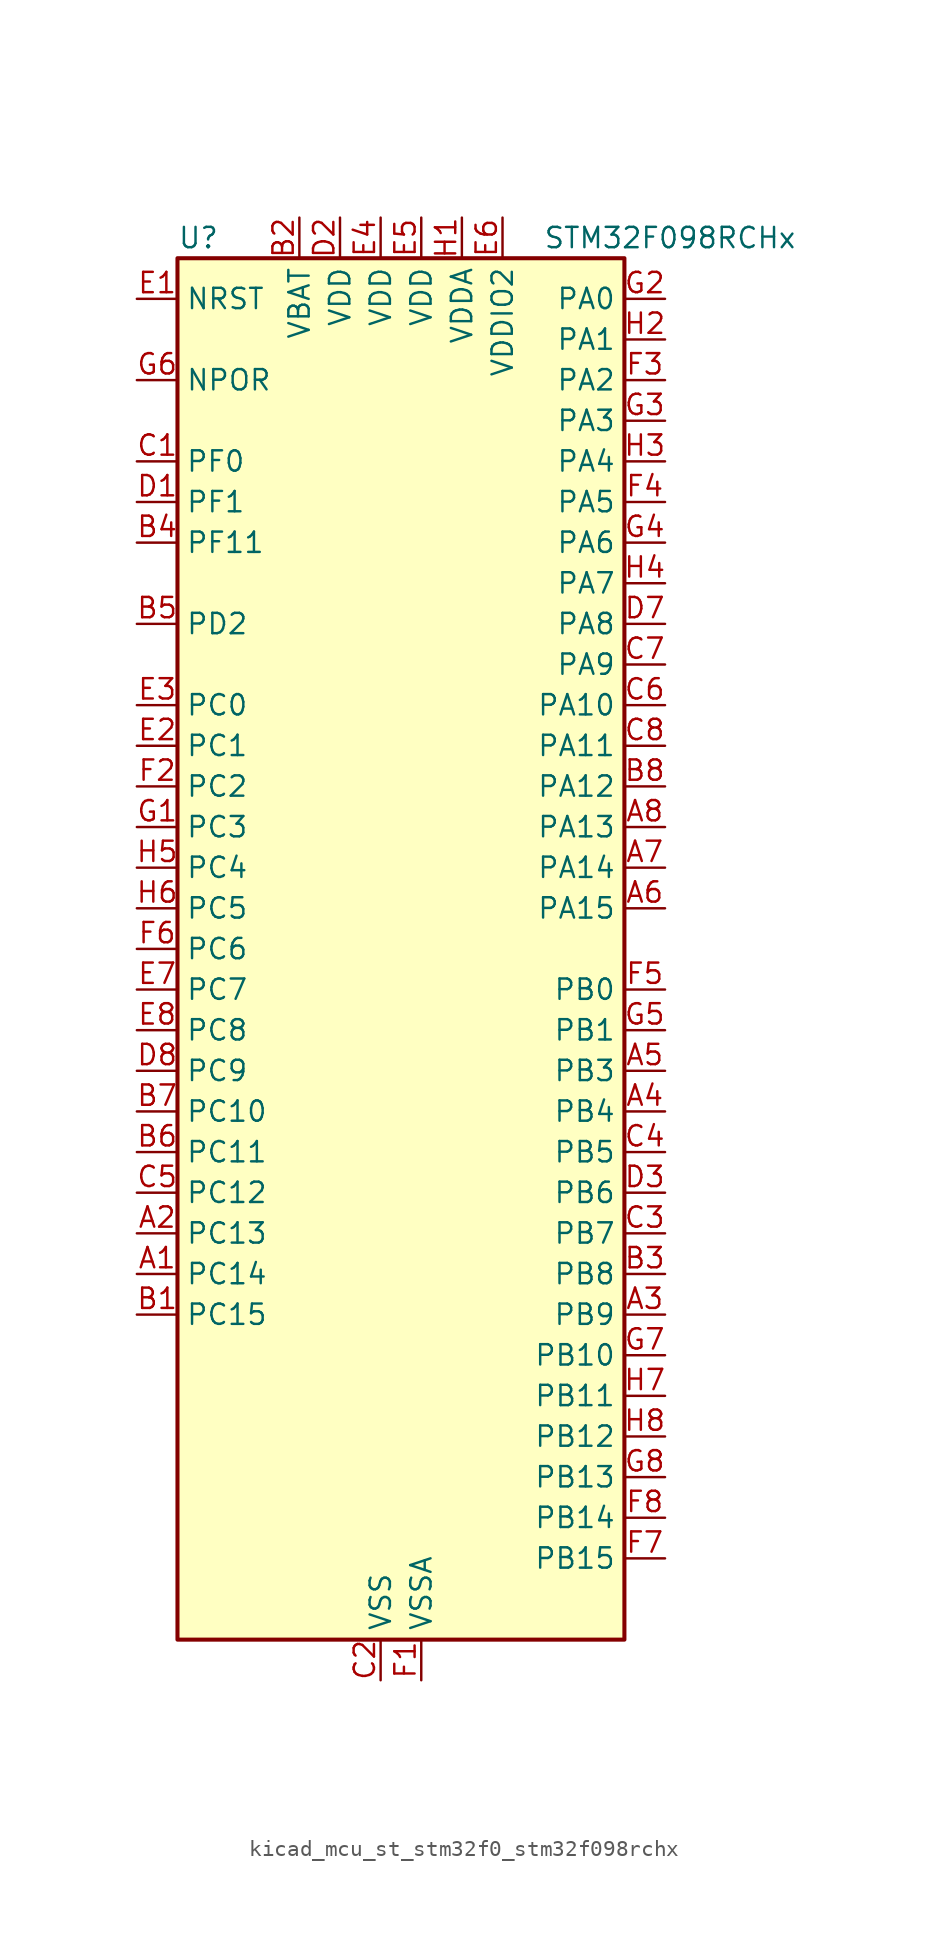
<source format=kicad_sym>
(kicad_symbol_lib
  (version 20220914)
  (generator kicad_symbol_editor)
  (symbol "kicad_mcu_st_stm32f0_stm32f098rchx"
    (property "Reference" "U"
      (at -12.7 44.45 0)
      (effects (font (size 1.27 1.27)) (justify left)))
    (property "Value" "STM32F098RCHx"
      (at 10.16 44.45 0)
      (effects (font (size 1.27 1.27)) (justify left)))
    (property "ki_locked" ""
      (at 0 0 0)
      (effects (font (size 1.27 1.27))))
    (symbol "kicad_mcu_st_stm32f0_stm32f098rchx_0_1"
      (rectangle (start -12.7 -43.18) (end 15.24 43.18) (stroke (width 0.254) (type default)) (fill (type background))))
    (symbol "kicad_mcu_st_stm32f0_stm32f098rchx_1_1"
      (pin bidirectional line (at -15.24 -20.32 0) (length 2.54) (name "PC14" (effects (font (size 1.27 1.27)))) (number "A1" (effects (font (size 1.27 1.27)))) (alternate "RCC_OSC32_IN" bidirectional line))
      (pin bidirectional line (at -15.24 -17.78 0) (length 2.54) (name "PC13" (effects (font (size 1.27 1.27)))) (number "A2" (effects (font (size 1.27 1.27)))) (alternate "RTC_OUT_ALARM" bidirectional line) (alternate "RTC_OUT_CALIB" bidirectional line) (alternate "RTC_TAMP1" bidirectional line) (alternate "RTC_TS" bidirectional line) (alternate "SYS_WKUP2" bidirectional line))
      (pin bidirectional line (at 17.78 -22.86 180) (length 2.54) (name "PB9" (effects (font (size 1.27 1.27)))) (number "A3" (effects (font (size 1.27 1.27)))) (alternate "CAN_TX" bidirectional line) (alternate "DAC_EXTI9" bidirectional line) (alternate "I2C1_SDA" bidirectional line) (alternate "I2S2_WS" bidirectional line) (alternate "IR_OUT" bidirectional line) (alternate "SPI2_NSS" bidirectional line) (alternate "TIM17_CH1" bidirectional line))
      (pin bidirectional line (at 17.78 -10.16 180) (length 2.54) (name "PB4" (effects (font (size 1.27 1.27)))) (number "A4" (effects (font (size 1.27 1.27)))) (alternate "I2S1_MCK" bidirectional line) (alternate "SPI1_MISO" bidirectional line) (alternate "TIM17_BKIN" bidirectional line) (alternate "TIM3_CH1" bidirectional line) (alternate "TSC_G5_IO2" bidirectional line) (alternate "USART5_RX" bidirectional line))
      (pin bidirectional line (at 17.78 -7.62 180) (length 2.54) (name "PB3" (effects (font (size 1.27 1.27)))) (number "A5" (effects (font (size 1.27 1.27)))) (alternate "I2S1_CK" bidirectional line) (alternate "SPI1_SCK" bidirectional line) (alternate "TIM2_CH2" bidirectional line) (alternate "TSC_G5_IO1" bidirectional line) (alternate "USART5_TX" bidirectional line))
      (pin bidirectional line (at 17.78 2.54 180) (length 2.54) (name "PA15" (effects (font (size 1.27 1.27)))) (number "A6" (effects (font (size 1.27 1.27)))) (alternate "I2S1_WS" bidirectional line) (alternate "SPI1_NSS" bidirectional line) (alternate "TIM2_CH1" bidirectional line) (alternate "TIM2_ETR" bidirectional line) (alternate "USART2_RX" bidirectional line) (alternate "USART4_DE" bidirectional line) (alternate "USART4_RTS" bidirectional line))
      (pin bidirectional line (at 17.78 5.08 180) (length 2.54) (name "PA14" (effects (font (size 1.27 1.27)))) (number "A7" (effects (font (size 1.27 1.27)))) (alternate "SYS_SWCLK" bidirectional line) (alternate "USART2_TX" bidirectional line))
      (pin bidirectional line (at 17.78 7.62 180) (length 2.54) (name "PA13" (effects (font (size 1.27 1.27)))) (number "A8" (effects (font (size 1.27 1.27)))) (alternate "IR_OUT" bidirectional line) (alternate "SYS_SWDIO" bidirectional line))
      (pin bidirectional line (at -15.24 -22.86 0) (length 2.54) (name "PC15" (effects (font (size 1.27 1.27)))) (number "B1" (effects (font (size 1.27 1.27)))) (alternate "RCC_OSC32_OUT" bidirectional line))
      (pin power_in line (at -5.08 45.72 270) (length 2.54) (name "VBAT" (effects (font (size 1.27 1.27)))) (number "B2" (effects (font (size 1.27 1.27)))))
      (pin bidirectional line (at 17.78 -20.32 180) (length 2.54) (name "PB8" (effects (font (size 1.27 1.27)))) (number "B3" (effects (font (size 1.27 1.27)))) (alternate "CAN_RX" bidirectional line) (alternate "CEC" bidirectional line) (alternate "I2C1_SCL" bidirectional line) (alternate "TIM16_CH1" bidirectional line) (alternate "TSC_SYNC" bidirectional line))
      (pin bidirectional line (at -15.24 25.4 0) (length 2.54) (name "PF11" (effects (font (size 1.27 1.27)))) (number "B4" (effects (font (size 1.27 1.27)))))
      (pin bidirectional line (at -15.24 20.32 0) (length 2.54) (name "PD2" (effects (font (size 1.27 1.27)))) (number "B5" (effects (font (size 1.27 1.27)))) (alternate "TIM3_ETR" bidirectional line) (alternate "USART3_DE" bidirectional line) (alternate "USART3_RTS" bidirectional line) (alternate "USART5_RX" bidirectional line))
      (pin bidirectional line (at -15.24 -12.7 0) (length 2.54) (name "PC11" (effects (font (size 1.27 1.27)))) (number "B6" (effects (font (size 1.27 1.27)))) (alternate "USART3_RX" bidirectional line) (alternate "USART4_RX" bidirectional line))
      (pin bidirectional line (at -15.24 -10.16 0) (length 2.54) (name "PC10" (effects (font (size 1.27 1.27)))) (number "B7" (effects (font (size 1.27 1.27)))) (alternate "USART3_TX" bidirectional line) (alternate "USART4_TX" bidirectional line))
      (pin bidirectional line (at 17.78 10.16 180) (length 2.54) (name "PA12" (effects (font (size 1.27 1.27)))) (number "B8" (effects (font (size 1.27 1.27)))) (alternate "CAN_TX" bidirectional line) (alternate "COMP2_OUT" bidirectional line) (alternate "I2C2_SDA" bidirectional line) (alternate "TIM1_ETR" bidirectional line) (alternate "TSC_G4_IO4" bidirectional line) (alternate "USART1_DE" bidirectional line) (alternate "USART1_RTS" bidirectional line))
      (pin bidirectional line (at -15.24 30.48 0) (length 2.54) (name "PF0" (effects (font (size 1.27 1.27)))) (number "C1" (effects (font (size 1.27 1.27)))) (alternate "CRS_SYNC" bidirectional line) (alternate "I2C1_SDA" bidirectional line) (alternate "RCC_OSC_IN" bidirectional line))
      (pin power_in line (at 0 -45.72 90) (length 2.54) (name "VSS" (effects (font (size 1.27 1.27)))) (number "C2" (effects (font (size 1.27 1.27)))))
      (pin bidirectional line (at 17.78 -17.78 180) (length 2.54) (name "PB7" (effects (font (size 1.27 1.27)))) (number "C3" (effects (font (size 1.27 1.27)))) (alternate "I2C1_SDA" bidirectional line) (alternate "TIM17_CH1N" bidirectional line) (alternate "TSC_G5_IO4" bidirectional line) (alternate "USART1_RX" bidirectional line) (alternate "USART4_CTS" bidirectional line))
      (pin bidirectional line (at 17.78 -12.7 180) (length 2.54) (name "PB5" (effects (font (size 1.27 1.27)))) (number "C4" (effects (font (size 1.27 1.27)))) (alternate "I2C1_SMBA" bidirectional line) (alternate "I2S1_SD" bidirectional line) (alternate "SPI1_MOSI" bidirectional line) (alternate "SYS_WKUP6" bidirectional line) (alternate "TIM16_BKIN" bidirectional line) (alternate "TIM3_CH2" bidirectional line) (alternate "USART5_CK" bidirectional line) (alternate "USART5_DE" bidirectional line) (alternate "USART5_RTS" bidirectional line))
      (pin bidirectional line (at -15.24 -15.24 0) (length 2.54) (name "PC12" (effects (font (size 1.27 1.27)))) (number "C5" (effects (font (size 1.27 1.27)))) (alternate "USART3_CK" bidirectional line) (alternate "USART4_CK" bidirectional line) (alternate "USART5_TX" bidirectional line))
      (pin bidirectional line (at 17.78 15.24 180) (length 2.54) (name "PA10" (effects (font (size 1.27 1.27)))) (number "C6" (effects (font (size 1.27 1.27)))) (alternate "I2C1_SDA" bidirectional line) (alternate "TIM17_BKIN" bidirectional line) (alternate "TIM1_CH3" bidirectional line) (alternate "TSC_G4_IO2" bidirectional line) (alternate "USART1_RX" bidirectional line))
      (pin bidirectional line (at 17.78 17.78 180) (length 2.54) (name "PA9" (effects (font (size 1.27 1.27)))) (number "C7" (effects (font (size 1.27 1.27)))) (alternate "DAC_EXTI9" bidirectional line) (alternate "I2C1_SCL" bidirectional line) (alternate "RCC_MCO" bidirectional line) (alternate "TIM15_BKIN" bidirectional line) (alternate "TIM1_CH2" bidirectional line) (alternate "TSC_G4_IO1" bidirectional line) (alternate "USART1_TX" bidirectional line))
      (pin bidirectional line (at 17.78 12.7 180) (length 2.54) (name "PA11" (effects (font (size 1.27 1.27)))) (number "C8" (effects (font (size 1.27 1.27)))) (alternate "CAN_RX" bidirectional line) (alternate "COMP1_OUT" bidirectional line) (alternate "I2C2_SCL" bidirectional line) (alternate "TIM1_CH4" bidirectional line) (alternate "TSC_G4_IO3" bidirectional line) (alternate "USART1_CTS" bidirectional line))
      (pin bidirectional line (at -15.24 27.94 0) (length 2.54) (name "PF1" (effects (font (size 1.27 1.27)))) (number "D1" (effects (font (size 1.27 1.27)))) (alternate "I2C1_SCL" bidirectional line) (alternate "RCC_OSC_OUT" bidirectional line))
      (pin power_in line (at -2.54 45.72 270) (length 2.54) (name "VDD" (effects (font (size 1.27 1.27)))) (number "D2" (effects (font (size 1.27 1.27)))))
      (pin bidirectional line (at 17.78 -15.24 180) (length 2.54) (name "PB6" (effects (font (size 1.27 1.27)))) (number "D3" (effects (font (size 1.27 1.27)))) (alternate "I2C1_SCL" bidirectional line) (alternate "TIM16_CH1N" bidirectional line) (alternate "TSC_G5_IO3" bidirectional line) (alternate "USART1_TX" bidirectional line))
      (pin passive line (at 0 -45.72 90) (length 2.54) hide (name "VSS" (effects (font (size 1.27 1.27)))) (number "D4" (effects (font (size 1.27 1.27)))))
      (pin passive line (at 0 -45.72 90) (length 2.54) hide (name "VSS" (effects (font (size 1.27 1.27)))) (number "D5" (effects (font (size 1.27 1.27)))))
      (pin passive line (at 0 -45.72 90) (length 2.54) hide (name "VSS" (effects (font (size 1.27 1.27)))) (number "D6" (effects (font (size 1.27 1.27)))))
      (pin bidirectional line (at 17.78 20.32 180) (length 2.54) (name "PA8" (effects (font (size 1.27 1.27)))) (number "D7" (effects (font (size 1.27 1.27)))) (alternate "CRS_SYNC" bidirectional line) (alternate "RCC_MCO" bidirectional line) (alternate "TIM1_CH1" bidirectional line) (alternate "USART1_CK" bidirectional line))
      (pin bidirectional line (at -15.24 -7.62 0) (length 2.54) (name "PC9" (effects (font (size 1.27 1.27)))) (number "D8" (effects (font (size 1.27 1.27)))) (alternate "DAC_EXTI9" bidirectional line) (alternate "TIM3_CH4" bidirectional line) (alternate "USART8_RX" bidirectional line))
      (pin input line (at -15.24 40.64 0) (length 2.54) (name "NRST" (effects (font (size 1.27 1.27)))) (number "E1" (effects (font (size 1.27 1.27)))))
      (pin bidirectional line (at -15.24 12.7 0) (length 2.54) (name "PC1" (effects (font (size 1.27 1.27)))) (number "E2" (effects (font (size 1.27 1.27)))) (alternate "ADC_IN11" bidirectional line) (alternate "USART6_RX" bidirectional line) (alternate "USART7_RX" bidirectional line))
      (pin bidirectional line (at -15.24 15.24 0) (length 2.54) (name "PC0" (effects (font (size 1.27 1.27)))) (number "E3" (effects (font (size 1.27 1.27)))) (alternate "ADC_IN10" bidirectional line) (alternate "USART6_TX" bidirectional line) (alternate "USART7_TX" bidirectional line))
      (pin power_in line (at 0 45.72 270) (length 2.54) (name "VDD" (effects (font (size 1.27 1.27)))) (number "E4" (effects (font (size 1.27 1.27)))))
      (pin power_in line (at 2.54 45.72 270) (length 2.54) (name "VDD" (effects (font (size 1.27 1.27)))) (number "E5" (effects (font (size 1.27 1.27)))))
      (pin power_in line (at 7.62 45.72 270) (length 2.54) (name "VDDIO2" (effects (font (size 1.27 1.27)))) (number "E6" (effects (font (size 1.27 1.27)))))
      (pin bidirectional line (at -15.24 -2.54 0) (length 2.54) (name "PC7" (effects (font (size 1.27 1.27)))) (number "E7" (effects (font (size 1.27 1.27)))) (alternate "TIM3_CH2" bidirectional line) (alternate "USART7_RX" bidirectional line))
      (pin bidirectional line (at -15.24 -5.08 0) (length 2.54) (name "PC8" (effects (font (size 1.27 1.27)))) (number "E8" (effects (font (size 1.27 1.27)))) (alternate "TIM3_CH3" bidirectional line) (alternate "USART8_TX" bidirectional line))
      (pin power_in line (at 2.54 -45.72 90) (length 2.54) (name "VSSA" (effects (font (size 1.27 1.27)))) (number "F1" (effects (font (size 1.27 1.27)))))
      (pin bidirectional line (at -15.24 10.16 0) (length 2.54) (name "PC2" (effects (font (size 1.27 1.27)))) (number "F2" (effects (font (size 1.27 1.27)))) (alternate "ADC_IN12" bidirectional line) (alternate "I2S2_MCK" bidirectional line) (alternate "SPI2_MISO" bidirectional line) (alternate "USART8_TX" bidirectional line))
      (pin bidirectional line (at 17.78 35.56 180) (length 2.54) (name "PA2" (effects (font (size 1.27 1.27)))) (number "F3" (effects (font (size 1.27 1.27)))) (alternate "ADC_IN2" bidirectional line) (alternate "COMP2_INM" bidirectional line) (alternate "COMP2_OUT" bidirectional line) (alternate "SYS_WKUP4" bidirectional line) (alternate "TIM15_CH1" bidirectional line) (alternate "TIM2_CH3" bidirectional line) (alternate "TSC_G1_IO3" bidirectional line) (alternate "USART2_TX" bidirectional line))
      (pin bidirectional line (at 17.78 27.94 180) (length 2.54) (name "PA5" (effects (font (size 1.27 1.27)))) (number "F4" (effects (font (size 1.27 1.27)))) (alternate "ADC_IN5" bidirectional line) (alternate "CEC" bidirectional line) (alternate "COMP1_INM" bidirectional line) (alternate "COMP2_INM" bidirectional line) (alternate "DAC_OUT2" bidirectional line) (alternate "I2S1_CK" bidirectional line) (alternate "SPI1_SCK" bidirectional line) (alternate "TIM2_CH1" bidirectional line) (alternate "TIM2_ETR" bidirectional line) (alternate "TSC_G2_IO2" bidirectional line) (alternate "USART6_RX" bidirectional line))
      (pin bidirectional line (at 17.78 -2.54 180) (length 2.54) (name "PB0" (effects (font (size 1.27 1.27)))) (number "F5" (effects (font (size 1.27 1.27)))) (alternate "ADC_IN8" bidirectional line) (alternate "TIM1_CH2N" bidirectional line) (alternate "TIM3_CH3" bidirectional line) (alternate "TSC_G3_IO2" bidirectional line) (alternate "USART3_CK" bidirectional line))
      (pin bidirectional line (at -15.24 0 0) (length 2.54) (name "PC6" (effects (font (size 1.27 1.27)))) (number "F6" (effects (font (size 1.27 1.27)))) (alternate "TIM3_CH1" bidirectional line) (alternate "USART7_TX" bidirectional line))
      (pin bidirectional line (at 17.78 -38.1 180) (length 2.54) (name "PB15" (effects (font (size 1.27 1.27)))) (number "F7" (effects (font (size 1.27 1.27)))) (alternate "I2S2_SD" bidirectional line) (alternate "RTC_REFIN" bidirectional line) (alternate "SPI2_MOSI" bidirectional line) (alternate "SYS_WKUP7" bidirectional line) (alternate "TIM15_CH1N" bidirectional line) (alternate "TIM15_CH2" bidirectional line) (alternate "TIM1_CH3N" bidirectional line))
      (pin bidirectional line (at 17.78 -35.56 180) (length 2.54) (name "PB14" (effects (font (size 1.27 1.27)))) (number "F8" (effects (font (size 1.27 1.27)))) (alternate "I2C2_SDA" bidirectional line) (alternate "I2S2_MCK" bidirectional line) (alternate "SPI2_MISO" bidirectional line) (alternate "TIM15_CH1" bidirectional line) (alternate "TIM1_CH2N" bidirectional line) (alternate "TSC_G6_IO4" bidirectional line) (alternate "USART3_DE" bidirectional line) (alternate "USART3_RTS" bidirectional line))
      (pin bidirectional line (at -15.24 7.62 0) (length 2.54) (name "PC3" (effects (font (size 1.27 1.27)))) (number "G1" (effects (font (size 1.27 1.27)))) (alternate "ADC_IN13" bidirectional line) (alternate "I2S2_SD" bidirectional line) (alternate "SPI2_MOSI" bidirectional line) (alternate "USART8_RX" bidirectional line))
      (pin bidirectional line (at 17.78 40.64 180) (length 2.54) (name "PA0" (effects (font (size 1.27 1.27)))) (number "G2" (effects (font (size 1.27 1.27)))) (alternate "ADC_IN0" bidirectional line) (alternate "COMP1_INM" bidirectional line) (alternate "COMP1_OUT" bidirectional line) (alternate "RTC_TAMP2" bidirectional line) (alternate "SYS_WKUP1" bidirectional line) (alternate "TIM2_CH1" bidirectional line) (alternate "TIM2_ETR" bidirectional line) (alternate "TSC_G1_IO1" bidirectional line) (alternate "USART2_CTS" bidirectional line) (alternate "USART4_TX" bidirectional line))
      (pin bidirectional line (at 17.78 33.02 180) (length 2.54) (name "PA3" (effects (font (size 1.27 1.27)))) (number "G3" (effects (font (size 1.27 1.27)))) (alternate "ADC_IN3" bidirectional line) (alternate "COMP2_INP" bidirectional line) (alternate "TIM15_CH2" bidirectional line) (alternate "TIM2_CH4" bidirectional line) (alternate "TSC_G1_IO4" bidirectional line) (alternate "USART2_RX" bidirectional line))
      (pin bidirectional line (at 17.78 25.4 180) (length 2.54) (name "PA6" (effects (font (size 1.27 1.27)))) (number "G4" (effects (font (size 1.27 1.27)))) (alternate "ADC_IN6" bidirectional line) (alternate "COMP1_OUT" bidirectional line) (alternate "I2S1_MCK" bidirectional line) (alternate "SPI1_MISO" bidirectional line) (alternate "TIM16_CH1" bidirectional line) (alternate "TIM1_BKIN" bidirectional line) (alternate "TIM3_CH1" bidirectional line) (alternate "TSC_G2_IO3" bidirectional line) (alternate "USART3_CTS" bidirectional line))
      (pin bidirectional line (at 17.78 -5.08 180) (length 2.54) (name "PB1" (effects (font (size 1.27 1.27)))) (number "G5" (effects (font (size 1.27 1.27)))) (alternate "ADC_IN9" bidirectional line) (alternate "TIM14_CH1" bidirectional line) (alternate "TIM1_CH3N" bidirectional line) (alternate "TIM3_CH4" bidirectional line) (alternate "TSC_G3_IO3" bidirectional line) (alternate "USART3_DE" bidirectional line) (alternate "USART3_RTS" bidirectional line))
      (pin input line (at -15.24 35.56 0) (length 2.54) (name "NPOR" (effects (font (size 1.27 1.27)))) (number "G6" (effects (font (size 1.27 1.27)))))
      (pin bidirectional line (at 17.78 -25.4 180) (length 2.54) (name "PB10" (effects (font (size 1.27 1.27)))) (number "G7" (effects (font (size 1.27 1.27)))) (alternate "CEC" bidirectional line) (alternate "I2C2_SCL" bidirectional line) (alternate "I2S2_CK" bidirectional line) (alternate "SPI2_SCK" bidirectional line) (alternate "TIM2_CH3" bidirectional line) (alternate "TSC_SYNC" bidirectional line) (alternate "USART3_TX" bidirectional line))
      (pin bidirectional line (at 17.78 -33.02 180) (length 2.54) (name "PB13" (effects (font (size 1.27 1.27)))) (number "G8" (effects (font (size 1.27 1.27)))) (alternate "I2C2_SCL" bidirectional line) (alternate "I2S2_CK" bidirectional line) (alternate "SPI2_SCK" bidirectional line) (alternate "TIM1_CH1N" bidirectional line) (alternate "TSC_G6_IO3" bidirectional line) (alternate "USART3_CTS" bidirectional line))
      (pin power_in line (at 5.08 45.72 270) (length 2.54) (name "VDDA" (effects (font (size 1.27 1.27)))) (number "H1" (effects (font (size 1.27 1.27)))))
      (pin bidirectional line (at 17.78 38.1 180) (length 2.54) (name "PA1" (effects (font (size 1.27 1.27)))) (number "H2" (effects (font (size 1.27 1.27)))) (alternate "ADC_IN1" bidirectional line) (alternate "COMP1_INP" bidirectional line) (alternate "TIM15_CH1N" bidirectional line) (alternate "TIM2_CH2" bidirectional line) (alternate "TSC_G1_IO2" bidirectional line) (alternate "USART2_DE" bidirectional line) (alternate "USART2_RTS" bidirectional line) (alternate "USART4_RX" bidirectional line))
      (pin bidirectional line (at 17.78 30.48 180) (length 2.54) (name "PA4" (effects (font (size 1.27 1.27)))) (number "H3" (effects (font (size 1.27 1.27)))) (alternate "ADC_IN4" bidirectional line) (alternate "COMP1_INM" bidirectional line) (alternate "COMP2_INM" bidirectional line) (alternate "DAC_OUT1" bidirectional line) (alternate "I2S1_WS" bidirectional line) (alternate "SPI1_NSS" bidirectional line) (alternate "TIM14_CH1" bidirectional line) (alternate "TSC_G2_IO1" bidirectional line) (alternate "USART2_CK" bidirectional line) (alternate "USART6_TX" bidirectional line))
      (pin bidirectional line (at 17.78 22.86 180) (length 2.54) (name "PA7" (effects (font (size 1.27 1.27)))) (number "H4" (effects (font (size 1.27 1.27)))) (alternate "ADC_IN7" bidirectional line) (alternate "COMP2_OUT" bidirectional line) (alternate "I2S1_SD" bidirectional line) (alternate "SPI1_MOSI" bidirectional line) (alternate "TIM14_CH1" bidirectional line) (alternate "TIM17_CH1" bidirectional line) (alternate "TIM1_CH1N" bidirectional line) (alternate "TIM3_CH2" bidirectional line) (alternate "TSC_G2_IO4" bidirectional line))
      (pin bidirectional line (at -15.24 5.08 0) (length 2.54) (name "PC4" (effects (font (size 1.27 1.27)))) (number "H5" (effects (font (size 1.27 1.27)))) (alternate "ADC_IN14" bidirectional line) (alternate "USART3_TX" bidirectional line))
      (pin bidirectional line (at -15.24 2.54 0) (length 2.54) (name "PC5" (effects (font (size 1.27 1.27)))) (number "H6" (effects (font (size 1.27 1.27)))) (alternate "ADC_IN15" bidirectional line) (alternate "SYS_WKUP5" bidirectional line) (alternate "TSC_G3_IO1" bidirectional line) (alternate "USART3_RX" bidirectional line))
      (pin bidirectional line (at 17.78 -27.94 180) (length 2.54) (name "PB11" (effects (font (size 1.27 1.27)))) (number "H7" (effects (font (size 1.27 1.27)))) (alternate "I2C2_SDA" bidirectional line) (alternate "TIM2_CH4" bidirectional line) (alternate "TSC_G6_IO1" bidirectional line) (alternate "USART3_RX" bidirectional line))
      (pin bidirectional line (at 17.78 -30.48 180) (length 2.54) (name "PB12" (effects (font (size 1.27 1.27)))) (number "H8" (effects (font (size 1.27 1.27)))) (alternate "I2S2_WS" bidirectional line) (alternate "SPI2_NSS" bidirectional line) (alternate "TIM15_BKIN" bidirectional line) (alternate "TIM1_BKIN" bidirectional line) (alternate "TSC_G6_IO2" bidirectional line) (alternate "USART3_CK" bidirectional line)))))
</source>
